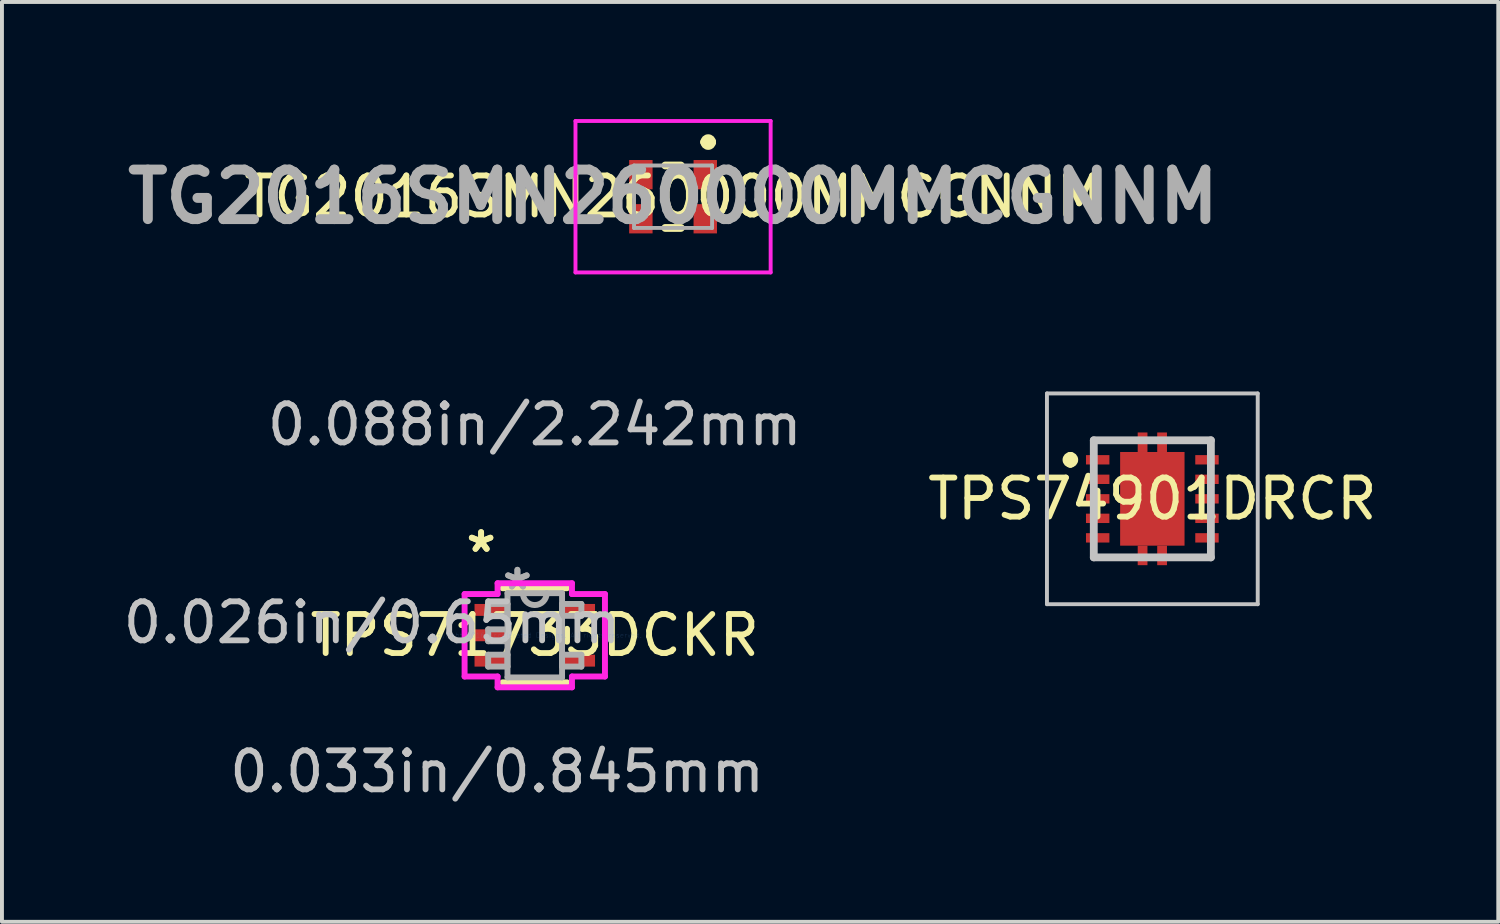
<source format=kicad_pcb>
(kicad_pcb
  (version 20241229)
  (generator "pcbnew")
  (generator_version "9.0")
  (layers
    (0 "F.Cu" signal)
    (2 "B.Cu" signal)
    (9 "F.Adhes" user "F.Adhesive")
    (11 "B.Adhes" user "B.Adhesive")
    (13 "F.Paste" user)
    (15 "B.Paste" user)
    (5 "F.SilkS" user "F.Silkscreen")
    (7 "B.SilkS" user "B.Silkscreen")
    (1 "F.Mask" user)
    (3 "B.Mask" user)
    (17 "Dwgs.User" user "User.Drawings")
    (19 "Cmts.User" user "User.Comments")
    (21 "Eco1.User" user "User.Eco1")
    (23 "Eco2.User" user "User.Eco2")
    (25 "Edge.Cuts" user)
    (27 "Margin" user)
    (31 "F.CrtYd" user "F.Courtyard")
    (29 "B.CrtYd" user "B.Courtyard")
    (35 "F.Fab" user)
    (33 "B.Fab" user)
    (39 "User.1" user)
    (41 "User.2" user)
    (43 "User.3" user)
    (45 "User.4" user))
  (footprint "TG2016SMN260000MMCGNNM"
    (layer "F.Cu")
    (at 14.194 1.99)
    (property "Reference" "TG2016SMN260000MMCGNNM" (at 0 0 0) (layer "F.SilkS") (effects (font (size 1 1) (thickness 0.15))))
    (attr smd)
    (fp_line (start 0.2 -0.8) (end -0.2 -0.8) (stroke (width 0.2) (type solid)) (layer "F.SilkS"))
    (fp_line (start 0.2 0.8) (end -0.2 0.8) (stroke (width 0.2) (type solid)) (layer "F.SilkS"))
    (fp_line (start 0.8 -1.4) (end 0.8 -1.4) (stroke (width 0.2) (type solid)) (layer "F.SilkS"))
    (fp_line (start 1 -1.4) (end 1 -1.4) (stroke (width 0.2) (type solid)) (layer "F.SilkS"))
    (fp_arc (start 0.8 -1.4) (mid 0.9 -1.5) (end 1 -1.4) (stroke (width 0.2) (type solid)) (layer "F.SilkS"))
    (fp_arc (start 1 -1.4) (mid 0.9 -1.3) (end 0.8 -1.4) (stroke (width 0.2) (type solid)) (layer "F.SilkS"))
    (fp_line (start -2.5 -1.94) (end -2.5 1.94) (stroke (width 0.1) (type solid)) (layer "F.CrtYd"))
    (fp_line (start -2.5 1.94) (end 2.5 1.94) (stroke (width 0.1) (type solid)) (layer "F.CrtYd"))
    (fp_line (start 2.5 -1.94) (end -2.5 -1.94) (stroke (width 0.1) (type solid)) (layer "F.CrtYd"))
    (fp_line (start 2.5 1.94) (end 2.5 -1.94) (stroke (width 0.1) (type solid)) (layer "F.CrtYd"))
    (fp_line (start -1 -0.8) (end -1 0.8) (stroke (width 0.1) (type solid)) (layer "F.Fab"))
    (fp_line (start -1 0.8) (end 1 0.8) (stroke (width 0.1) (type solid)) (layer "F.Fab"))
    (fp_line (start 1 -0.8) (end -1 -0.8) (stroke (width 0.1) (type solid)) (layer "F.Fab"))
    (fp_line (start 1 0.8) (end 1 -0.8) (stroke (width 0.1) (type solid)) (layer "F.Fab"))
    (fp_text user "${REFERENCE}" (at 0 0 0) (layer "F.Fab") (effects (font (size 1.27 1.27) (thickness 0.254))))
    (pad "1" smd rect (at 0.825 -0.565) (size 0.6 0.75) (layers "F.Cu" "F.Mask" "F.Paste"))
    (pad "2" smd rect (at -0.825 -0.565) (size 0.6 0.75) (layers "F.Cu" "F.Mask" "F.Paste"))
    (pad "3" smd rect (at -0.825 0.565) (size 0.6 0.75) (layers "F.Cu" "F.Mask" "F.Paste"))
    (pad "4" smd rect (at 0.825 0.565) (size 0.6 0.75) (layers "F.Cu" "F.Mask" "F.Paste")))
  (footprint "TPS74901DRCR"
    (layer "F.Cu")
    (at 26.473 9.73)
    (property "Reference" "TPS74901DRCR" (at 0 0 0) (layer "F.SilkS") (effects (font (size 1 1) (thickness 0.15))))
    (attr smd)
    (fp_line (start -2.1 -1.1) (end -2.1 -1.1) (stroke (width 0.2) (type solid)) (layer "F.SilkS"))
    (fp_line (start -2.1 -0.9) (end -2.1 -0.9) (stroke (width 0.2) (type solid)) (layer "F.SilkS"))
    (fp_line (start -1.5 -1.5) (end -0.6 -1.5) (stroke (width 0.1) (type solid)) (layer "F.SilkS"))
    (fp_line (start -1.5 -1.3) (end -1.5 -1.5) (stroke (width 0.1) (type solid)) (layer "F.SilkS"))
    (fp_line (start -1.5 1.3) (end -1.5 1.5) (stroke (width 0.1) (type solid)) (layer "F.SilkS"))
    (fp_line (start -1.5 1.5) (end -0.6 1.5) (stroke (width 0.1) (type solid)) (layer "F.SilkS"))
    (fp_line (start 0.6 -1.5) (end 1.5 -1.5) (stroke (width 0.1) (type solid)) (layer "F.SilkS"))
    (fp_line (start 0.6 1.5) (end 1.5 1.5) (stroke (width 0.1) (type solid)) (layer "F.SilkS"))
    (fp_line (start 1.5 -1.5) (end 1.5 -1.3) (stroke (width 0.1) (type solid)) (layer "F.SilkS"))
    (fp_line (start 1.5 1.5) (end 1.5 1.3) (stroke (width 0.1) (type solid)) (layer "F.SilkS"))
    (fp_arc (start -2.1 -1.1) (mid -2 -1) (end -2.1 -0.9) (stroke (width 0.2) (type solid)) (layer "F.SilkS"))
    (fp_arc (start -2.1 -0.9) (mid -2.2 -1) (end -2.1 -1.1) (stroke (width 0.2) (type solid)) (layer "F.SilkS"))
    (fp_line (start -2.7 -2.7) (end 2.7 -2.7) (stroke (width 0.1) (type solid)) (layer "Dwgs.User"))
    (fp_line (start -2.7 2.7) (end -2.7 -2.7) (stroke (width 0.1) (type solid)) (layer "Dwgs.User"))
    (fp_line (start -1.5 -1.5) (end 1.5 -1.5) (stroke (width 0.2) (type solid)) (layer "Dwgs.User"))
    (fp_line (start -1.5 1.5) (end -1.5 -1.5) (stroke (width 0.2) (type solid)) (layer "Dwgs.User"))
    (fp_line (start 1.5 -1.5) (end 1.5 1.5) (stroke (width 0.2) (type solid)) (layer "Dwgs.User"))
    (fp_line (start 1.5 1.5) (end -1.5 1.5) (stroke (width 0.2) (type solid)) (layer "Dwgs.User"))
    (fp_line (start 2.7 -2.7) (end 2.7 2.7) (stroke (width 0.1) (type solid)) (layer "Dwgs.User"))
    (fp_line (start 2.7 2.7) (end -2.7 2.7) (stroke (width 0.1) (type solid)) (layer "Dwgs.User"))
    (pad "1" smd rect (at -1.4 -1 90) (size 0.24 0.6) (layers "F.Cu" "F.Mask" "F.Paste"))
    (pad "2" smd rect (at -1.4 -0.5 90) (size 0.24 0.6) (layers "F.Cu" "F.Mask" "F.Paste"))
    (pad "3" smd rect (at -1.4 0 90) (size 0.24 0.6) (layers "F.Cu" "F.Mask" "F.Paste"))
    (pad "4" smd rect (at -1.4 0.5 90) (size 0.24 0.6) (layers "F.Cu" "F.Mask" "F.Paste"))
    (pad "5" smd rect (at -1.4 1 90) (size 0.24 0.6) (layers "F.Cu" "F.Mask" "F.Paste"))
    (pad "6" smd rect (at 1.4 1 90) (size 0.24 0.6) (layers "F.Cu" "F.Mask" "F.Paste"))
    (pad "7" smd rect (at 1.4 0.5 90) (size 0.24 0.6) (layers "F.Cu" "F.Mask" "F.Paste"))
    (pad "8" smd rect (at 1.4 0 90) (size 0.24 0.6) (layers "F.Cu" "F.Mask" "F.Paste"))
    (pad "9" smd rect (at 1.4 -0.5 90) (size 0.24 0.6) (layers "F.Cu" "F.Mask" "F.Paste"))
    (pad "10" smd rect (at 1.4 -1 90) (size 0.24 0.6) (layers "F.Cu" "F.Mask" "F.Paste"))
    (pad "EP1" smd rect (at 0 0) (size 1.65 2.4) (layers "F.Cu" "F.Mask" "F.Paste"))
    (pad "EP2" smd rect (at -0.25 -1.45) (size 0.25 0.5) (layers "F.Cu" "F.Mask" "F.Paste"))
    (pad "EP3" smd rect (at 0.25 -1.45) (size 0.25 0.5) (layers "F.Cu" "F.Mask" "F.Paste"))
    (pad "EP4" smd rect (at -0.25 1.45) (size 0.25 0.5) (layers "F.Cu" "F.Mask" "F.Paste"))
    (pad "EP5" smd rect (at 0.25 1.45) (size 0.25 0.5) (layers "F.Cu" "F.Mask" "F.Paste")))
  (footprint "TPS71733DCKR"
    (layer "F.Cu")
    (at 10.651 13.226)
    (property "Reference" "TPS71733DCKR" (at 0 0 0) (layer "F.SilkS") (effects (font (size 1 1) (thickness 0.15))))
    (attr through_hole)
    (fp_line (start -0.826 1.206) (end 0.826 1.206) (stroke (width 0.152) (type solid)) (layer "F.SilkS"))
    (fp_line (start 0.826 -1.206) (end -0.826 -1.206) (stroke (width 0.152) (type solid)) (layer "F.SilkS"))
    (fp_line (start 0.826 0.165) (end 0.826 -0.165) (stroke (width 0.152) (type solid)) (layer "F.SilkS"))
    (fp_line (start -1.798 -1.056) (end -0.953 -1.056) (stroke (width 0.152) (type solid)) (layer "F.CrtYd"))
    (fp_line (start -1.798 1.056) (end -1.798 -1.056) (stroke (width 0.152) (type solid)) (layer "F.CrtYd"))
    (fp_line (start -0.953 -1.333) (end 0.953 -1.333) (stroke (width 0.152) (type solid)) (layer "F.CrtYd"))
    (fp_line (start -0.953 -1.056) (end -0.953 -1.333) (stroke (width 0.152) (type solid)) (layer "F.CrtYd"))
    (fp_line (start -0.953 1.056) (end -1.798 1.056) (stroke (width 0.152) (type solid)) (layer "F.CrtYd"))
    (fp_line (start -0.953 1.333) (end -0.953 1.056) (stroke (width 0.152) (type solid)) (layer "F.CrtYd"))
    (fp_line (start 0.953 -1.333) (end 0.953 -1.056) (stroke (width 0.152) (type solid)) (layer "F.CrtYd"))
    (fp_line (start 0.953 -1.056) (end 1.798 -1.056) (stroke (width 0.152) (type solid)) (layer "F.CrtYd"))
    (fp_line (start 0.953 1.056) (end 0.953 1.333) (stroke (width 0.152) (type solid)) (layer "F.CrtYd"))
    (fp_line (start 0.953 1.333) (end -0.953 1.333) (stroke (width 0.152) (type solid)) (layer "F.CrtYd"))
    (fp_line (start 1.798 -1.056) (end 1.798 1.056) (stroke (width 0.152) (type solid)) (layer "F.CrtYd"))
    (fp_line (start 1.798 1.056) (end 0.953 1.056) (stroke (width 0.152) (type solid)) (layer "F.CrtYd"))
    (fp_line (start -1.194 -0.802) (end -1.194 -0.498) (stroke (width 0.152) (type solid)) (layer "F.Fab"))
    (fp_line (start -1.194 -0.498) (end -0.699 -0.498) (stroke (width 0.152) (type solid)) (layer "F.Fab"))
    (fp_line (start -1.194 -0.152) (end -1.194 0.152) (stroke (width 0.152) (type solid)) (layer "F.Fab"))
    (fp_line (start -1.194 0.152) (end -0.699 0.152) (stroke (width 0.152) (type solid)) (layer "F.Fab"))
    (fp_line (start -1.194 0.498) (end -1.194 0.802) (stroke (width 0.152) (type solid)) (layer "F.Fab"))
    (fp_line (start -1.194 0.802) (end -0.699 0.802) (stroke (width 0.152) (type solid)) (layer "F.Fab"))
    (fp_line (start -0.699 -1.079) (end -0.699 1.079) (stroke (width 0.152) (type solid)) (layer "F.Fab"))
    (fp_line (start -0.699 -0.802) (end -1.194 -0.802) (stroke (width 0.152) (type solid)) (layer "F.Fab"))
    (fp_line (start -0.699 -0.498) (end -0.699 -0.802) (stroke (width 0.152) (type solid)) (layer "F.Fab"))
    (fp_line (start -0.699 -0.152) (end -1.194 -0.152) (stroke (width 0.152) (type solid)) (layer "F.Fab"))
    (fp_line (start -0.699 0.152) (end -0.699 -0.152) (stroke (width 0.152) (type solid)) (layer "F.Fab"))
    (fp_line (start -0.699 0.498) (end -1.194 0.498) (stroke (width 0.152) (type solid)) (layer "F.Fab"))
    (fp_line (start -0.699 0.802) (end -0.699 0.498) (stroke (width 0.152) (type solid)) (layer "F.Fab"))
    (fp_line (start -0.699 1.079) (end 0.699 1.079) (stroke (width 0.152) (type solid)) (layer "F.Fab"))
    (fp_line (start 0.699 -1.079) (end -0.699 -1.079) (stroke (width 0.152) (type solid)) (layer "F.Fab"))
    (fp_line (start 0.699 -0.802) (end 0.699 -0.498) (stroke (width 0.152) (type solid)) (layer "F.Fab"))
    (fp_line (start 0.699 -0.498) (end 1.194 -0.498) (stroke (width 0.152) (type solid)) (layer "F.Fab"))
    (fp_line (start 0.699 0.498) (end 0.699 0.802) (stroke (width 0.152) (type solid)) (layer "F.Fab"))
    (fp_line (start 0.699 0.802) (end 1.194 0.802) (stroke (width 0.152) (type solid)) (layer "F.Fab"))
    (fp_line (start 0.699 1.079) (end 0.699 -1.079) (stroke (width 0.152) (type solid)) (layer "F.Fab"))
    (fp_line (start 1.194 -0.802) (end 0.699 -0.802) (stroke (width 0.152) (type solid)) (layer "F.Fab"))
    (fp_line (start 1.194 -0.498) (end 1.194 -0.802) (stroke (width 0.152) (type solid)) (layer "F.Fab"))
    (fp_line (start 1.194 0.498) (end 0.699 0.498) (stroke (width 0.152) (type solid)) (layer "F.Fab"))
    (fp_line (start 1.194 0.802) (end 1.194 0.498) (stroke (width 0.152) (type solid)) (layer "F.Fab"))
    (fp_arc (start 0.3048 -1.0795) (mid 0 -0.7747) (end -0.3048 -1.0795) (stroke (width 0.1524) (type solid)) (layer "F.Fab"))
    (fp_text user "*" (at -1.375 -2.098 0) (layer "F.SilkS") (effects (font (size 1 1) (thickness 0.15))))
    (fp_text user "*" (at -1.375 -2.098 0) (layer "F.SilkS") (effects (font (size 1 1) (thickness 0.15))))
    (fp_text user "0.088in/2.242mm" (at 0 -5.397 0) (layer "Dwgs.User") (effects (font (size 1 1) (thickness 0.15))))
    (fp_text user "0.033in/0.845mm" (at -0.965 3.493 0) (layer "Dwgs.User") (effects (font (size 1 1) (thickness 0.15))))
    (fp_text user "0.026in/0.65mm" (at -4.169 -0.325 0) (layer "Dwgs.User") (effects (font (size 1 1) (thickness 0.15))))
    (fp_text user "Copyright 2016 Accelerated Designs. All rights reserved." (at 0 0 0) (layer "Cmts.User") (effects (font (size 0.127 0.127) (thickness 0.002))))
    (fp_text user "*" (at -0.445 -1.133 0) (layer "F.Fab") (effects (font (size 1 1) (thickness 0.15))))
    (fp_text user "*" (at -0.445 -1.133 0) (layer "F.Fab") (effects (font (size 1 1) (thickness 0.15))))
    (pad "1" smd rect (at -1.121 -0.65) (size 0.845 0.305) (layers "F.Cu" "F.Mask" "F.Paste"))
    (pad "2" smd rect (at -1.121 0) (size 0.845 0.305) (layers "F.Cu" "F.Mask" "F.Paste"))
    (pad "3" smd rect (at -1.121 0.65) (size 0.845 0.305) (layers "F.Cu" "F.Mask" "F.Paste"))
    (pad "4" smd rect (at 1.121 0.65) (size 0.845 0.305) (layers "F.Cu" "F.Mask" "F.Paste"))
    (pad "5" smd rect (at 1.121 -0.65) (size 0.845 0.305) (layers "F.Cu" "F.Mask" "F.Paste")))
  (gr_rect
    (start -3 -3)
    (end 35.336 20.567)
    (stroke (width 0.1) (type default))
    (fill no)
    (layer "Edge.Cuts")))
</source>
